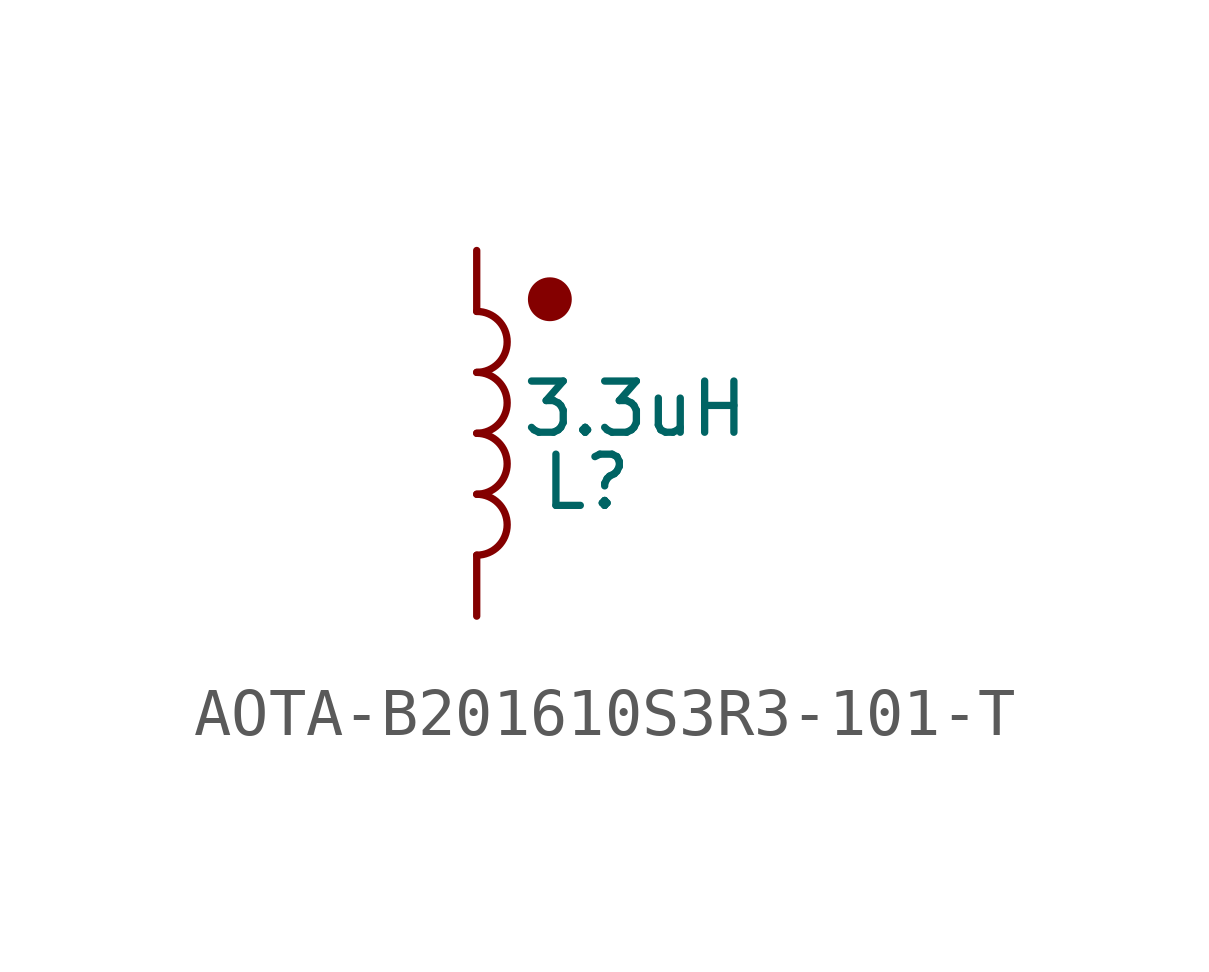
<source format=kicad_sym>
(kicad_symbol_lib
  (version 20231120)
  (generator "kicad_symbol_editor")
  (generator_version "8.0")
  (symbol "AOTA-B201610S3R3-101-T"
    (pin_numbers hide)
    (pin_names
      (offset 1.016) hide)
    (property "Reference" "L"
      (at 2.286 -1.016 0)
      (effects (font (size 1.067 1.067))))
    (property "Value" "3.3uH"
      (at 3.302 0.508 0)
      (effects (font (size 1.067 1.067))))
    (symbol "AOTA-B201610S3R3-101-T_0_1"
      (arc (start 0 -2.54) (mid 0.6323 -1.905) (end 0 -1.27) (stroke (width 0) (type default)) (fill (type none)))
      (arc (start 0 -1.27) (mid 0.6323 -0.635) (end 0 0) (stroke (width 0) (type default)) (fill (type none)))
      (arc (start 0 0) (mid 0.6323 0.635) (end 0 1.27) (stroke (width 0) (type default)) (fill (type none)))
      (arc (start 0 1.27) (mid 0.6323 1.905) (end 0 2.54) (stroke (width 0) (type default)) (fill (type none))))
    (symbol "AOTA-B201610S3R3-101-T_1_1"
      (circle (center 1.524 2.794) (radius 0.381) (stroke (width 0) (type default)) (fill (type outline)))
      (pin passive line (at 0 3.81 270) (length 1.27) (name "1" (effects (font (size 1.27 1.27)))) (number "1" (effects (font (size 1.27 1.27)))))
      (pin passive line (at 0 -3.81 90) (length 1.27) (name "2" (effects (font (size 1.27 1.27)))) (number "2" (effects (font (size 1.27 1.27))))))))
</source>
